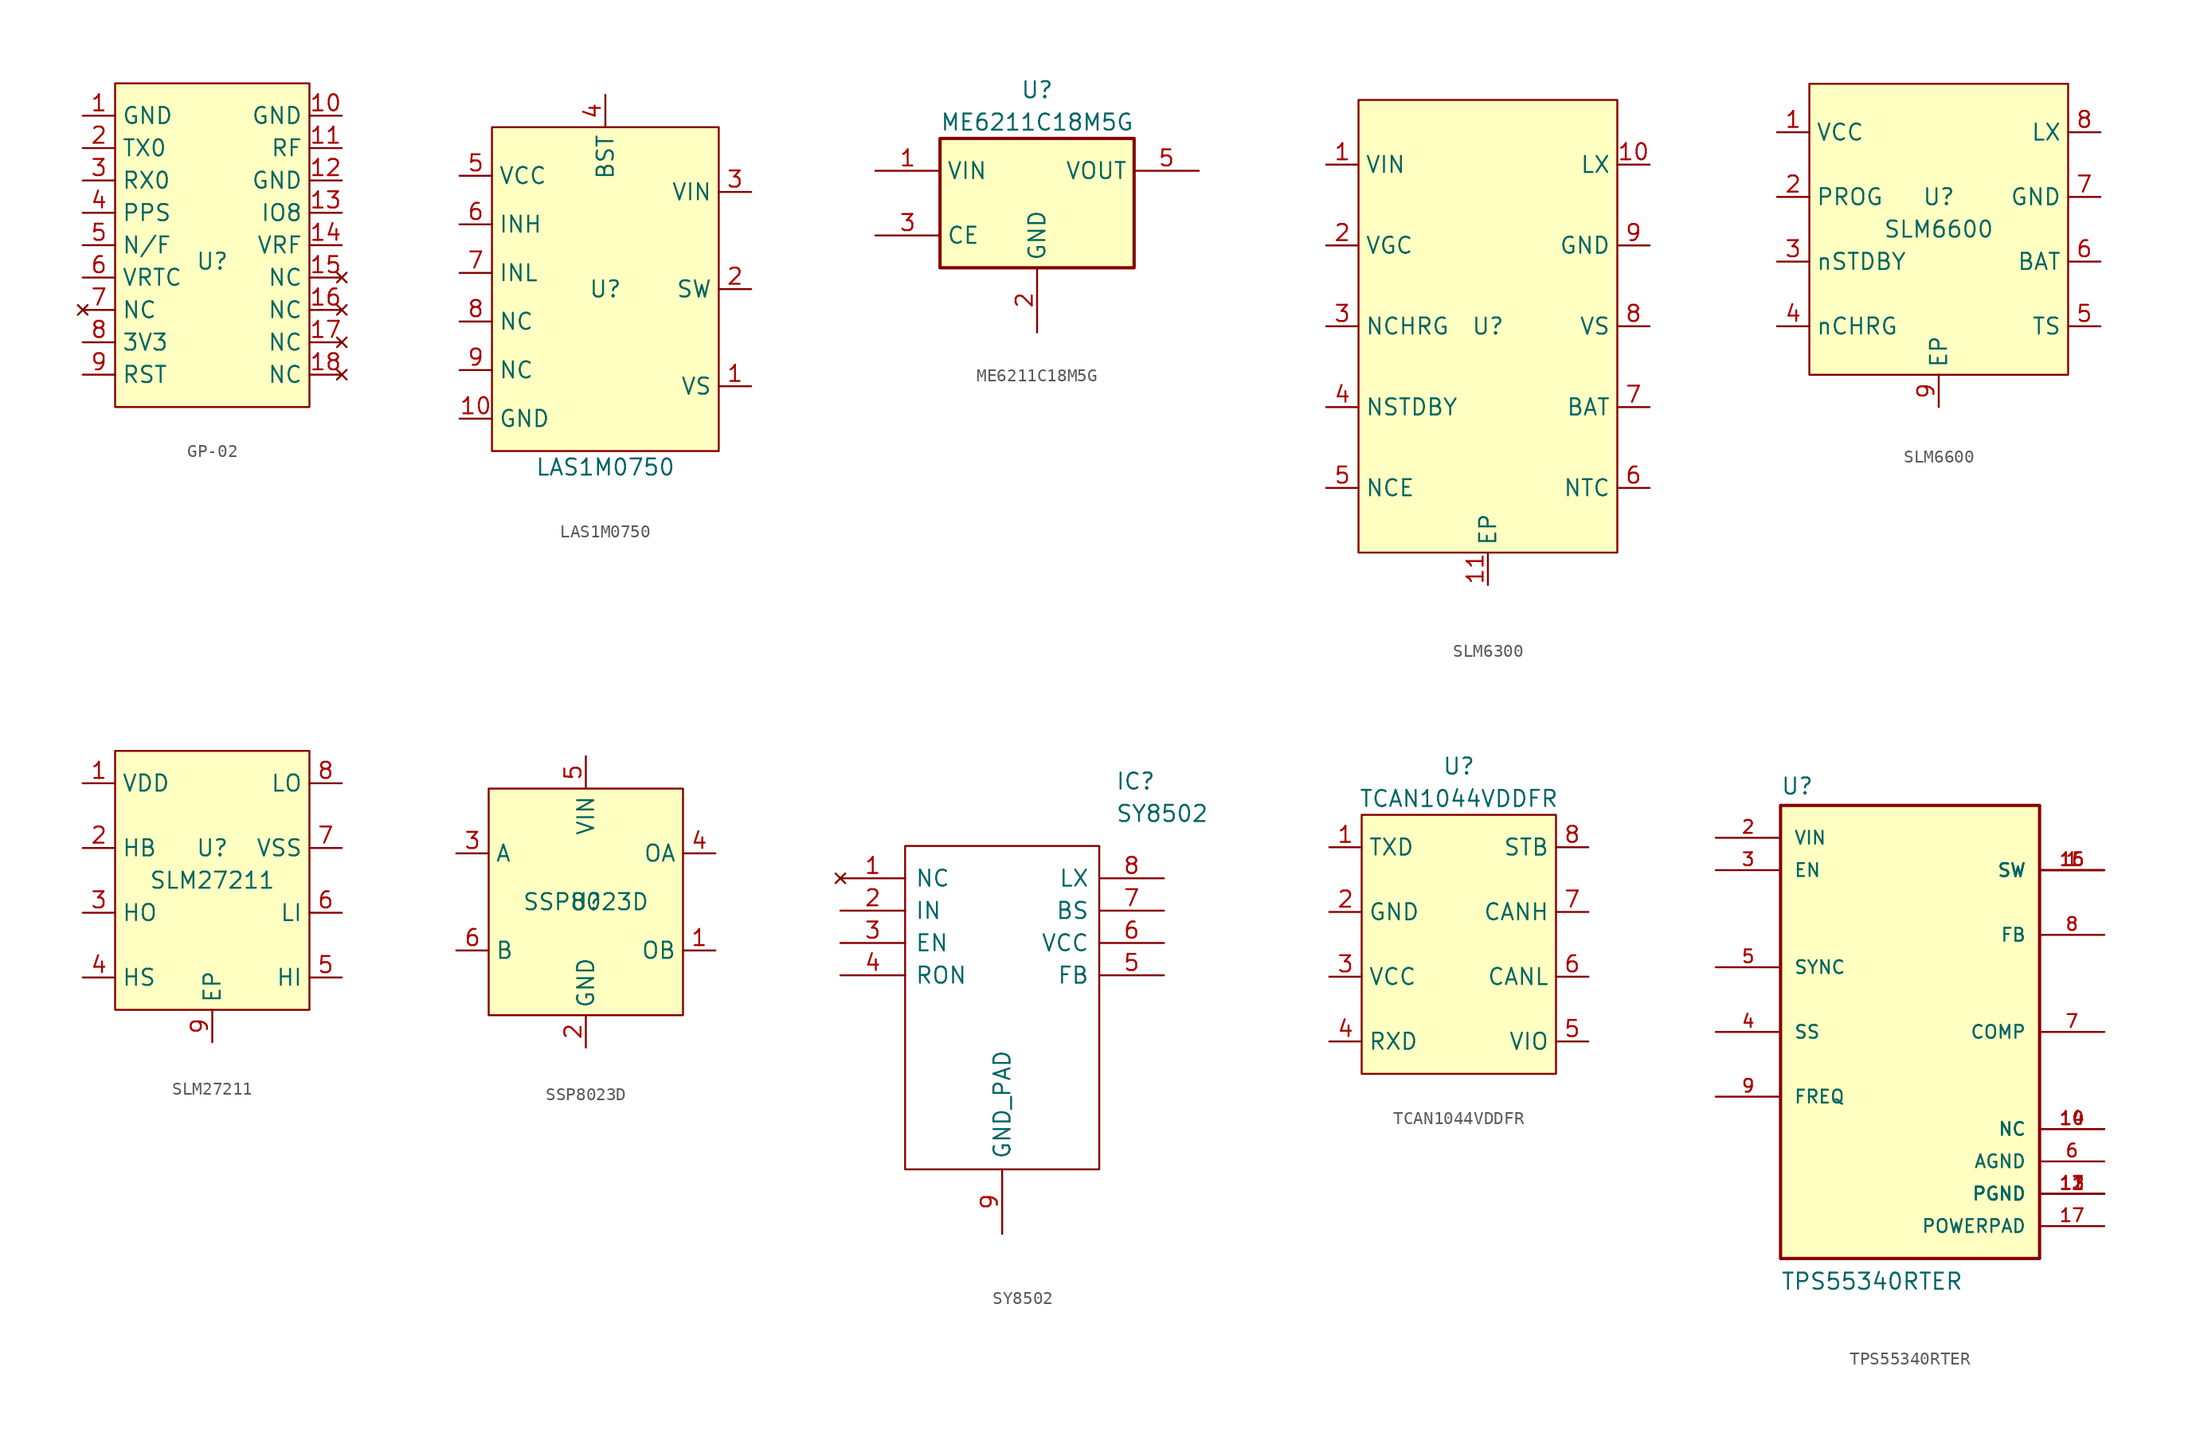
<source format=kicad_sym>
(kicad_symbol_lib
  (version 20231120)
  (generator "kicad_symbol_editor")
  (generator_version "8.0")
  (symbol "GP-02"
    (property "Reference" "U"
      (at 0 -1.27 0)
      (effects (font (size 1.27 1.27))))
    (property "Value" ""
      (at 0 -1.27 0)
      (effects (font (size 1.27 1.27))))
    (symbol "GP-02_1_1"
      (rectangle (start -7.62 12.7) (end 7.62 -12.7) (stroke (width 0) (type default)) (fill (type background)))
      (pin input line (at -10.16 10.16 0) (length 2.54) (name "GND" (effects (font (size 1.27 1.27)))) (number "1" (effects (font (size 1.27 1.27)))))
      (pin input line (at 10.16 10.16 180) (length 2.54) (name "GND" (effects (font (size 1.27 1.27)))) (number "10" (effects (font (size 1.27 1.27)))))
      (pin input line (at 10.16 7.62 180) (length 2.54) (name "RF" (effects (font (size 1.27 1.27)))) (number "11" (effects (font (size 1.27 1.27)))))
      (pin input line (at 10.16 5.08 180) (length 2.54) (name "GND" (effects (font (size 1.27 1.27)))) (number "12" (effects (font (size 1.27 1.27)))))
      (pin bidirectional line (at 10.16 2.54 180) (length 2.54) (name "IO8" (effects (font (size 1.27 1.27)))) (number "13" (effects (font (size 1.27 1.27)))))
      (pin power_in line (at 10.16 0 180) (length 2.54) (name "VRF" (effects (font (size 1.27 1.27)))) (number "14" (effects (font (size 1.27 1.27)))))
      (pin no_connect line (at 10.16 -2.54 180) (length 2.54) (name "NC" (effects (font (size 1.27 1.27)))) (number "15" (effects (font (size 1.27 1.27)))))
      (pin no_connect line (at 10.16 -5.08 180) (length 2.54) (name "NC" (effects (font (size 1.27 1.27)))) (number "16" (effects (font (size 1.27 1.27)))))
      (pin no_connect line (at 10.16 -7.62 180) (length 2.54) (name "NC" (effects (font (size 1.27 1.27)))) (number "17" (effects (font (size 1.27 1.27)))))
      (pin no_connect line (at 10.16 -10.16 180) (length 2.54) (name "NC" (effects (font (size 1.27 1.27)))) (number "18" (effects (font (size 1.27 1.27)))))
      (pin output line (at -10.16 7.62 0) (length 2.54) (name "TX0" (effects (font (size 1.27 1.27)))) (number "2" (effects (font (size 1.27 1.27)))))
      (pin input line (at -10.16 5.08 0) (length 2.54) (name "RX0" (effects (font (size 1.27 1.27)))) (number "3" (effects (font (size 1.27 1.27)))))
      (pin output line (at -10.16 2.54 0) (length 2.54) (name "PPS" (effects (font (size 1.27 1.27)))) (number "4" (effects (font (size 1.27 1.27)))))
      (pin input line (at -10.16 0 0) (length 2.54) (name "N/F" (effects (font (size 1.27 1.27)))) (number "5" (effects (font (size 1.27 1.27)))))
      (pin power_in line (at -10.16 -2.54 0) (length 2.54) (name "VRTC" (effects (font (size 1.27 1.27)))) (number "6" (effects (font (size 1.27 1.27)))))
      (pin no_connect line (at -10.16 -5.08 0) (length 2.54) (name "NC" (effects (font (size 1.27 1.27)))) (number "7" (effects (font (size 1.27 1.27)))))
      (pin power_in line (at -10.16 -7.62 0) (length 2.54) (name "3V3" (effects (font (size 1.27 1.27)))) (number "8" (effects (font (size 1.27 1.27)))))
      (pin input line (at -10.16 -10.16 0) (length 2.54) (name "RST" (effects (font (size 1.27 1.27)))) (number "9" (effects (font (size 1.27 1.27)))))))
  (symbol "LAS1M0750"
    (property "Reference" "U"
      (at 0 0 0)
      (effects (font (size 1.27 1.27))))
    (property "Value" "LAS1M0750"
      (at 0 -13.97 0)
      (effects (font (size 1.27 1.27))))
    (symbol "LAS1M0750_1_1"
      (rectangle (start -8.89 12.7) (end 8.89 -12.7) (stroke (width 0) (type default)) (fill (type background)))
      (pin input line (at 11.43 -7.62 180) (length 2.54) (name "VS" (effects (font (size 1.27 1.27)))) (number "1" (effects (font (size 1.27 1.27)))))
      (pin input line (at -11.43 -10.16 0) (length 2.54) (name "GND" (effects (font (size 1.27 1.27)))) (number "10" (effects (font (size 1.27 1.27)))))
      (pin output line (at 11.43 0 180) (length 2.54) (name "SW" (effects (font (size 1.27 1.27)))) (number "2" (effects (font (size 1.27 1.27)))))
      (pin input line (at 11.43 7.62 180) (length 2.54) (name "VIN" (effects (font (size 1.27 1.27)))) (number "3" (effects (font (size 1.27 1.27)))))
      (pin input line (at 0 15.24 270) (length 2.54) (name "BST" (effects (font (size 1.27 1.27)))) (number "4" (effects (font (size 1.27 1.27)))))
      (pin input line (at -11.43 8.89 0) (length 2.54) (name "VCC" (effects (font (size 1.27 1.27)))) (number "5" (effects (font (size 1.27 1.27)))))
      (pin input line (at -11.43 5.08 0) (length 2.54) (name "INH" (effects (font (size 1.27 1.27)))) (number "6" (effects (font (size 1.27 1.27)))))
      (pin input line (at -11.43 1.27 0) (length 2.54) (name "INL" (effects (font (size 1.27 1.27)))) (number "7" (effects (font (size 1.27 1.27)))))
      (pin free line (at -11.43 -2.54 0) (length 2.54) (name "NC" (effects (font (size 1.27 1.27)))) (number "8" (effects (font (size 1.27 1.27)))))
      (pin free line (at -11.43 -6.35 0) (length 2.54) (name "NC" (effects (font (size 1.27 1.27)))) (number "9" (effects (font (size 1.27 1.27)))))))
  (symbol "ME6211C18M5G"
    (property "Reference" "U"
      (at 0 8.89 0)
      (effects (font (size 1.27 1.27))))
    (property "Value" "ME6211C18M5G"
      (at 0 6.35 0)
      (effects (font (size 1.27 1.27))))
    (symbol "ME6211C18M5G_0_1"
      (rectangle (start -7.62 5.08) (end 7.62 -5.08) (stroke (width 0.254) (type default)) (fill (type background))))
    (symbol "ME6211C18M5G_1_1"
      (pin power_in line (at -12.7 2.54 0) (length 5.08) (name "VIN" (effects (font (size 1.27 1.27)))) (number "1" (effects (font (size 1.27 1.27)))))
      (pin power_in line (at 0 -10.16 90) (length 5.08) (name "GND" (effects (font (size 1.27 1.27)))) (number "2" (effects (font (size 1.27 1.27)))))
      (pin input line (at -12.7 -2.54 0) (length 5.08) (name "CE" (effects (font (size 1.27 1.27)))) (number "3" (effects (font (size 1.27 1.27)))))
      (pin no_connect line (at 7.62 -2.54 180) (length 5.08) hide (name "NC" (effects (font (size 1.27 1.27)))) (number "4" (effects (font (size 1.27 1.27)))))
      (pin power_out line (at 12.7 2.54 180) (length 5.08) (name "VOUT" (effects (font (size 1.27 1.27)))) (number "5" (effects (font (size 1.27 1.27)))))))
  (symbol "SLM6300"
    (property "Reference" "U"
      (at 0 0 0)
      (effects (font (size 1.27 1.27))))
    (property "Value" ""
      (at 0 0 0)
      (effects (font (size 1.27 1.27))))
    (symbol "SLM6300_1_1"
      (rectangle (start -10.16 17.78) (end 10.16 -17.78) (stroke (width 0) (type default)) (fill (type background)))
      (pin power_in line (at -12.7 12.7 0) (length 2.54) (name "VIN" (effects (font (size 1.27 1.27)))) (number "1" (effects (font (size 1.27 1.27)))))
      (pin power_out line (at 12.7 12.7 180) (length 2.54) (name "LX" (effects (font (size 1.27 1.27)))) (number "10" (effects (font (size 1.27 1.27)))))
      (pin power_in line (at 0 -20.32 90) (length 2.54) (name "EP" (effects (font (size 1.27 1.27)))) (number "11" (effects (font (size 1.27 1.27)))))
      (pin bidirectional line (at -12.7 6.35 0) (length 2.54) (name "VGC" (effects (font (size 1.27 1.27)))) (number "2" (effects (font (size 1.27 1.27)))))
      (pin output line (at -12.7 0 0) (length 2.54) (name "NCHRG" (effects (font (size 1.27 1.27)))) (number "3" (effects (font (size 1.27 1.27)))))
      (pin output line (at -12.7 -6.35 0) (length 2.54) (name "NSTDBY" (effects (font (size 1.27 1.27)))) (number "4" (effects (font (size 1.27 1.27)))))
      (pin input line (at -12.7 -12.7 0) (length 2.54) (name "NCE" (effects (font (size 1.27 1.27)))) (number "5" (effects (font (size 1.27 1.27)))))
      (pin input line (at 12.7 -12.7 180) (length 2.54) (name "NTC" (effects (font (size 1.27 1.27)))) (number "6" (effects (font (size 1.27 1.27)))))
      (pin input line (at 12.7 -6.35 180) (length 2.54) (name "BAT" (effects (font (size 1.27 1.27)))) (number "7" (effects (font (size 1.27 1.27)))))
      (pin input line (at 12.7 0 180) (length 2.54) (name "VS" (effects (font (size 1.27 1.27)))) (number "8" (effects (font (size 1.27 1.27)))))
      (pin power_in line (at 12.7 6.35 180) (length 2.54) (name "GND" (effects (font (size 1.27 1.27)))) (number "9" (effects (font (size 1.27 1.27)))))))
  (symbol "SLM6600"
    (property "Reference" "U"
      (at 0 2.54 0)
      (effects (font (size 1.27 1.27))))
    (property "Value" "SLM6600"
      (at 0 0 0)
      (effects (font (size 1.27 1.27))))
    (symbol "SLM6600_1_1"
      (rectangle (start -10.16 11.43) (end 10.16 -11.43) (stroke (width 0) (type default)) (fill (type background)))
      (pin input line (at -12.7 7.62 0) (length 2.54) (name "VCC" (effects (font (size 1.27 1.27)))) (number "1" (effects (font (size 1.27 1.27)))))
      (pin input line (at -12.7 2.54 0) (length 2.54) (name "PROG" (effects (font (size 1.27 1.27)))) (number "2" (effects (font (size 1.27 1.27)))))
      (pin output line (at -12.7 -2.54 0) (length 2.54) (name "nSTDBY" (effects (font (size 1.27 1.27)))) (number "3" (effects (font (size 1.27 1.27)))))
      (pin output line (at -12.7 -7.62 0) (length 2.54) (name "nCHRG" (effects (font (size 1.27 1.27)))) (number "4" (effects (font (size 1.27 1.27)))))
      (pin input line (at 12.7 -7.62 180) (length 2.54) (name "TS" (effects (font (size 1.27 1.27)))) (number "5" (effects (font (size 1.27 1.27)))))
      (pin input line (at 12.7 -2.54 180) (length 2.54) (name "BAT" (effects (font (size 1.27 1.27)))) (number "6" (effects (font (size 1.27 1.27)))))
      (pin input line (at 12.7 2.54 180) (length 2.54) (name "GND" (effects (font (size 1.27 1.27)))) (number "7" (effects (font (size 1.27 1.27)))))
      (pin output line (at 12.7 7.62 180) (length 2.54) (name "LX" (effects (font (size 1.27 1.27)))) (number "8" (effects (font (size 1.27 1.27)))))
      (pin input line (at 0 -13.97 90) (length 2.54) (name "EP" (effects (font (size 1.27 1.27)))) (number "9" (effects (font (size 1.27 1.27)))))))
  (symbol "SLM27211"
    (property "Reference" "U"
      (at 0 2.54 0)
      (effects (font (size 1.27 1.27))))
    (property "Value" "SLM27211"
      (at 0 0 0)
      (effects (font (size 1.27 1.27))))
    (symbol "SLM27211_1_1"
      (rectangle (start -7.62 10.16) (end 7.62 -10.16) (stroke (width 0) (type default)) (fill (type background)))
      (pin input line (at -10.16 7.62 0) (length 2.54) (name "VDD" (effects (font (size 1.27 1.27)))) (number "1" (effects (font (size 1.27 1.27)))))
      (pin output line (at -10.16 2.54 0) (length 2.54) (name "HB" (effects (font (size 1.27 1.27)))) (number "2" (effects (font (size 1.27 1.27)))))
      (pin output line (at -10.16 -2.54 0) (length 2.54) (name "HO" (effects (font (size 1.27 1.27)))) (number "3" (effects (font (size 1.27 1.27)))))
      (pin input line (at -10.16 -7.62 0) (length 2.54) (name "HS" (effects (font (size 1.27 1.27)))) (number "4" (effects (font (size 1.27 1.27)))))
      (pin input line (at 10.16 -7.62 180) (length 2.54) (name "HI" (effects (font (size 1.27 1.27)))) (number "5" (effects (font (size 1.27 1.27)))))
      (pin input line (at 10.16 -2.54 180) (length 2.54) (name "LI" (effects (font (size 1.27 1.27)))) (number "6" (effects (font (size 1.27 1.27)))))
      (pin input line (at 10.16 2.54 180) (length 2.54) (name "VSS" (effects (font (size 1.27 1.27)))) (number "7" (effects (font (size 1.27 1.27)))))
      (pin output line (at 10.16 7.62 180) (length 2.54) (name "LO" (effects (font (size 1.27 1.27)))) (number "8" (effects (font (size 1.27 1.27)))))
      (pin input line (at 0 -12.7 90) (length 2.54) (name "EP" (effects (font (size 1.27 1.27)))) (number "9" (effects (font (size 1.27 1.27)))))))
  (symbol "SSP8023D"
    (property "Reference" "U"
      (at 0 0 0)
      (effects (font (size 1.27 1.27))))
    (property "Value" "SSP8023D"
      (at 0 0 0)
      (effects (font (size 1.27 1.27))))
    (symbol "SSP8023D_1_1"
      (rectangle (start -7.62 8.89) (end 7.62 -8.89) (stroke (width 0) (type default)) (fill (type background)))
      (pin output line (at 10.16 -3.81 180) (length 2.54) (name "OB" (effects (font (size 1.27 1.27)))) (number "1" (effects (font (size 1.27 1.27)))))
      (pin input line (at 0 -11.43 90) (length 2.54) (name "GND" (effects (font (size 1.27 1.27)))) (number "2" (effects (font (size 1.27 1.27)))))
      (pin input line (at -10.16 3.81 0) (length 2.54) (name "A" (effects (font (size 1.27 1.27)))) (number "3" (effects (font (size 1.27 1.27)))))
      (pin output line (at 10.16 3.81 180) (length 2.54) (name "OA" (effects (font (size 1.27 1.27)))) (number "4" (effects (font (size 1.27 1.27)))))
      (pin input line (at 0 11.43 270) (length 2.54) (name "VIN" (effects (font (size 1.27 1.27)))) (number "5" (effects (font (size 1.27 1.27)))))
      (pin input line (at -10.16 -3.81 0) (length 2.54) (name "B" (effects (font (size 1.27 1.27)))) (number "6" (effects (font (size 1.27 1.27)))))))
  (symbol "SY8502"
    (pin_names
      (offset 0.762))
    (property "Reference" "IC"
      (at 21.59 7.62 0)
      (effects (font (size 1.27 1.27)) (justify left)))
    (property "Value" "SY8502"
      (at 21.59 5.08 0)
      (effects (font (size 1.27 1.27)) (justify left)))
    (symbol "SY8502_0_0"
      (pin no_connect line (at 0 0 0) (length 5.08) (name "NC" (effects (font (size 1.27 1.27)))) (number "1" (effects (font (size 1.27 1.27)))))
      (pin power_in line (at 0 -2.54 0) (length 5.08) (name "IN" (effects (font (size 1.27 1.27)))) (number "2" (effects (font (size 1.27 1.27)))))
      (pin input line (at 0 -5.08 0) (length 5.08) (name "EN" (effects (font (size 1.27 1.27)))) (number "3" (effects (font (size 1.27 1.27)))))
      (pin passive line (at 0 -7.62 0) (length 5.08) (name "RON" (effects (font (size 1.27 1.27)))) (number "4" (effects (font (size 1.27 1.27)))))
      (pin passive line (at 25.4 -7.62 180) (length 5.08) (name "FB" (effects (font (size 1.27 1.27)))) (number "5" (effects (font (size 1.27 1.27)))))
      (pin power_in line (at 25.4 -5.08 180) (length 5.08) (name "VCC" (effects (font (size 1.27 1.27)))) (number "6" (effects (font (size 1.27 1.27)))))
      (pin passive line (at 25.4 -2.54 180) (length 5.08) (name "BS" (effects (font (size 1.27 1.27)))) (number "7" (effects (font (size 1.27 1.27)))))
      (pin passive line (at 25.4 0 180) (length 5.08) (name "LX" (effects (font (size 1.27 1.27)))) (number "8" (effects (font (size 1.27 1.27)))))
      (pin power_in line (at 12.7 -27.94 90) (length 5.08) (name "GND_PAD" (effects (font (size 1.27 1.27)))) (number "9" (effects (font (size 1.27 1.27))))))
    (symbol "SY8502_0_1"
      (polyline (pts (xy 5.08 2.54) (xy 20.32 2.54) (xy 20.32 -22.86) (xy 5.08 -22.86) (xy 5.08 2.54)) (stroke (width 0.152) (type default)) (fill (type none)))))
  (symbol "TCAN1044VDDFR"
    (property "Reference" "U"
      (at 0 13.97 0)
      (effects (font (size 1.27 1.27))))
    (property "Value" "TCAN1044VDDFR"
      (at 0 11.43 0)
      (effects (font (size 1.27 1.27))))
    (symbol "TCAN1044VDDFR_1_1"
      (rectangle (start -7.62 10.16) (end 7.62 -10.16) (stroke (width 0) (type default)) (fill (type background)))
      (pin passive line (at -10.16 7.62 0) (length 2.54) (name "TXD" (effects (font (size 1.27 1.27)))) (number "1" (effects (font (size 1.27 1.27)))))
      (pin passive line (at -10.16 2.54 0) (length 2.54) (name "GND" (effects (font (size 1.27 1.27)))) (number "2" (effects (font (size 1.27 1.27)))))
      (pin passive line (at -10.16 -2.54 0) (length 2.54) (name "VCC" (effects (font (size 1.27 1.27)))) (number "3" (effects (font (size 1.27 1.27)))))
      (pin passive line (at -10.16 -7.62 0) (length 2.54) (name "RXD" (effects (font (size 1.27 1.27)))) (number "4" (effects (font (size 1.27 1.27)))))
      (pin passive line (at 10.16 -7.62 180) (length 2.54) (name "VIO" (effects (font (size 1.27 1.27)))) (number "5" (effects (font (size 1.27 1.27)))))
      (pin passive line (at 10.16 -2.54 180) (length 2.54) (name "CANL" (effects (font (size 1.27 1.27)))) (number "6" (effects (font (size 1.27 1.27)))))
      (pin passive line (at 10.16 2.54 180) (length 2.54) (name "CANH" (effects (font (size 1.27 1.27)))) (number "7" (effects (font (size 1.27 1.27)))))
      (pin passive line (at 10.16 7.62 180) (length 2.54) (name "STB" (effects (font (size 1.27 1.27)))) (number "8" (effects (font (size 1.27 1.27)))))))
  (symbol "TPS55340RTER"
    (pin_names
      (offset 1.016))
    (property "Reference" "U"
      (at -10.16 18.542 0)
      (effects (font (size 1.27 1.27)) (justify left bottom)))
    (property "Value" "TPS55340RTER"
      (at -10.16 -20.32 0)
      (effects (font (size 1.27 1.27)) (justify left bottom)))
    (symbol "TPS55340RTER_0_0"
      (rectangle (start -10.16 17.78) (end 10.16 -17.78) (stroke (width 0.254) (type default)) (fill (type background)))
      (pin output line (at 15.24 12.7 180) (length 5.08) (name "SW" (effects (font (size 1.016 1.016)))) (number "1" (effects (font (size 1.016 1.016)))))
      (pin power_in line (at 15.24 -7.62 180) (length 5.08) (name "NC" (effects (font (size 1.016 1.016)))) (number "10" (effects (font (size 1.016 1.016)))))
      (pin power_in line (at 15.24 -12.7 180) (length 5.08) (name "PGND" (effects (font (size 1.016 1.016)))) (number "11" (effects (font (size 1.016 1.016)))))
      (pin power_in line (at 15.24 -12.7 180) (length 5.08) (name "PGND" (effects (font (size 1.016 1.016)))) (number "12" (effects (font (size 1.016 1.016)))))
      (pin power_in line (at 15.24 -12.7 180) (length 5.08) (name "PGND" (effects (font (size 1.016 1.016)))) (number "13" (effects (font (size 1.016 1.016)))))
      (pin power_in line (at 15.24 -7.62 180) (length 5.08) (name "NC" (effects (font (size 1.016 1.016)))) (number "14" (effects (font (size 1.016 1.016)))))
      (pin output line (at 15.24 12.7 180) (length 5.08) (name "SW" (effects (font (size 1.016 1.016)))) (number "15" (effects (font (size 1.016 1.016)))))
      (pin output line (at 15.24 12.7 180) (length 5.08) (name "SW" (effects (font (size 1.016 1.016)))) (number "16" (effects (font (size 1.016 1.016)))))
      (pin power_in line (at 15.24 -15.24 180) (length 5.08) (name "POWERPAD" (effects (font (size 1.016 1.016)))) (number "17" (effects (font (size 1.016 1.016)))))
      (pin power_in line (at -15.24 15.24 0) (length 5.08) (name "VIN" (effects (font (size 1.016 1.016)))) (number "2" (effects (font (size 1.016 1.016)))))
      (pin input line (at -15.24 12.7 0) (length 5.08) (name "EN" (effects (font (size 1.016 1.016)))) (number "3" (effects (font (size 1.016 1.016)))))
      (pin input line (at -15.24 0 0) (length 5.08) (name "SS" (effects (font (size 1.016 1.016)))) (number "4" (effects (font (size 1.016 1.016)))))
      (pin input line (at -15.24 5.08 0) (length 5.08) (name "SYNC" (effects (font (size 1.016 1.016)))) (number "5" (effects (font (size 1.016 1.016)))))
      (pin power_in line (at 15.24 -10.16 180) (length 5.08) (name "AGND" (effects (font (size 1.016 1.016)))) (number "6" (effects (font (size 1.016 1.016)))))
      (pin output line (at 15.24 0 180) (length 5.08) (name "COMP" (effects (font (size 1.016 1.016)))) (number "7" (effects (font (size 1.016 1.016)))))
      (pin input line (at 15.24 7.62 180) (length 5.08) (name "FB" (effects (font (size 1.016 1.016)))) (number "8" (effects (font (size 1.016 1.016)))))
      (pin input line (at -15.24 -5.08 0) (length 5.08) (name "FREQ" (effects (font (size 1.016 1.016)))) (number "9" (effects (font (size 1.016 1.016))))))))
</source>
